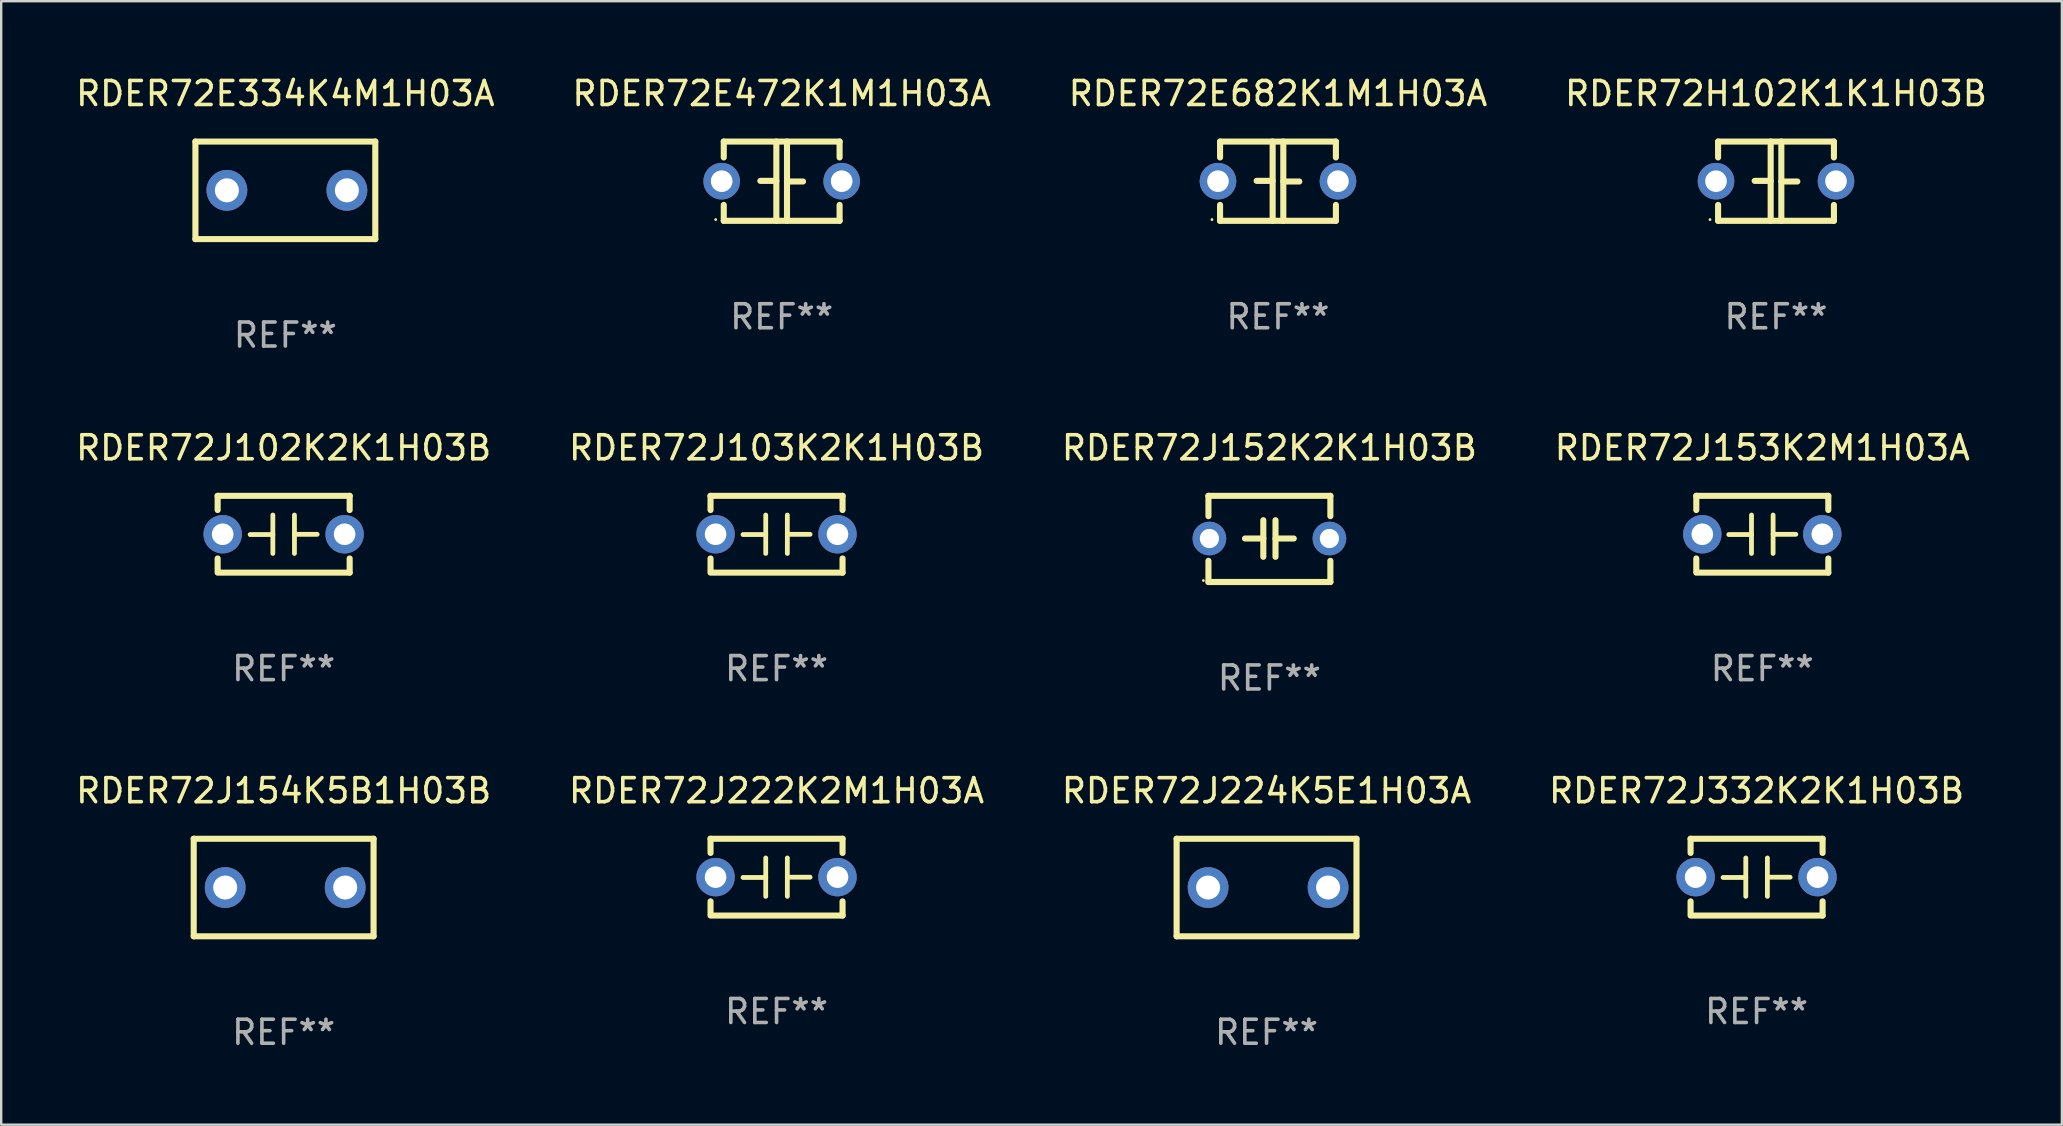
<source format=kicad_pcb>
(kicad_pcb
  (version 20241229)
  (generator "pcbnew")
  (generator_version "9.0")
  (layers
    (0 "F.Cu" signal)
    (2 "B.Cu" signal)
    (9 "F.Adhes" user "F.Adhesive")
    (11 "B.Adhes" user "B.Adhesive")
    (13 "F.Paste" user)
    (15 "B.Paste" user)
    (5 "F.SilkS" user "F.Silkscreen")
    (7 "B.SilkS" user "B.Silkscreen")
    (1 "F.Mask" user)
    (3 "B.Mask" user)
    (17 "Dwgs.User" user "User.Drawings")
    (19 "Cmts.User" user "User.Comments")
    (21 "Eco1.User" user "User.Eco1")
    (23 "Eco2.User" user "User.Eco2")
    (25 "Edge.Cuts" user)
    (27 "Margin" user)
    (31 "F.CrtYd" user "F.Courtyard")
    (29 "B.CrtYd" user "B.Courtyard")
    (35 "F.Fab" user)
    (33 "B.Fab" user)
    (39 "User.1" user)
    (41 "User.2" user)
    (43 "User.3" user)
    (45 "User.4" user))
  (footprint "RDER72E472K1M1H03A"
    (layer "F.Cu")
    (at 29.518 4.499)
    (property "Reference" "RDER72E472K1M1H03A" (at 0 -3.651 0) (layer "F.SilkS") (effects (font (size 1 1) (thickness 0.15))))
    (attr through_hole)
    (fp_line (start -2.413 -1.651) (end 2.413 -1.651) (stroke (width 0.254) (type solid)) (layer "F.SilkS"))
    (fp_line (start -2.413 -0.989) (end -2.413 -1.651) (stroke (width 0.254) (type solid)) (layer "F.SilkS"))
    (fp_line (start -2.413 1.651) (end -2.413 0.989) (stroke (width 0.254) (type solid)) (layer "F.SilkS"))
    (fp_line (start -0.222 -0.013) (end -0.889 -0.013) (stroke (width 0.254) (type solid)) (layer "F.SilkS"))
    (fp_line (start -0.222 1.651) (end -0.222 -1.651) (stroke (width 0.254) (type solid)) (layer "F.SilkS"))
    (fp_line (start 0.222 -1.651) (end 0.222 1.651) (stroke (width 0.254) (type solid)) (layer "F.SilkS"))
    (fp_line (start 0.222 0.013) (end 0.889 0.013) (stroke (width 0.254) (type solid)) (layer "F.SilkS"))
    (fp_line (start 2.413 -1.651) (end 2.413 -0.989) (stroke (width 0.254) (type solid)) (layer "F.SilkS"))
    (fp_line (start 2.413 0.989) (end 2.413 1.651) (stroke (width 0.254) (type solid)) (layer "F.SilkS"))
    (fp_line (start 2.413 1.651) (end -2.413 1.651) (stroke (width 0.254) (type solid)) (layer "F.SilkS"))
    (fp_circle (center -2.75 1.6) (end -2.72 1.6) (stroke (width 0.06) (type solid)) (fill no) (layer "F.SilkS"))
    (fp_text user "REF**" (at 0 5.651 0) (layer "F.Fab") (effects (font (size 1 1) (thickness 0.15))))
    (pad "1" thru_hole circle (at -2.5 0) (size 1.524 1.524) (drill 0.9) (layers "*.Cu" "*.Mask"))
    (pad "2" thru_hole circle (at 2.5 0) (size 1.524 1.524) (drill 0.9) (layers "*.Cu" "*.Mask")))
  (footprint "RDER72E682K1M1H03A"
    (layer "F.Cu")
    (at 50.196 4.499)
    (property "Reference" "RDER72E682K1M1H03A" (at 0 -3.651 0) (layer "F.SilkS") (effects (font (size 1 1) (thickness 0.15))))
    (attr through_hole)
    (fp_line (start -2.413 -1.651) (end 2.413 -1.651) (stroke (width 0.254) (type solid)) (layer "F.SilkS"))
    (fp_line (start -2.413 -0.989) (end -2.413 -1.651) (stroke (width 0.254) (type solid)) (layer "F.SilkS"))
    (fp_line (start -2.413 1.651) (end -2.413 0.989) (stroke (width 0.254) (type solid)) (layer "F.SilkS"))
    (fp_line (start -0.222 -0.013) (end -0.889 -0.013) (stroke (width 0.254) (type solid)) (layer "F.SilkS"))
    (fp_line (start -0.222 1.651) (end -0.222 -1.651) (stroke (width 0.254) (type solid)) (layer "F.SilkS"))
    (fp_line (start 0.222 -1.651) (end 0.222 1.651) (stroke (width 0.254) (type solid)) (layer "F.SilkS"))
    (fp_line (start 0.222 0.013) (end 0.889 0.013) (stroke (width 0.254) (type solid)) (layer "F.SilkS"))
    (fp_line (start 2.413 -1.651) (end 2.413 -0.989) (stroke (width 0.254) (type solid)) (layer "F.SilkS"))
    (fp_line (start 2.413 0.989) (end 2.413 1.651) (stroke (width 0.254) (type solid)) (layer "F.SilkS"))
    (fp_line (start 2.413 1.651) (end -2.413 1.651) (stroke (width 0.254) (type solid)) (layer "F.SilkS"))
    (fp_circle (center -2.75 1.6) (end -2.72 1.6) (stroke (width 0.06) (type solid)) (fill no) (layer "F.SilkS"))
    (fp_text user "REF**" (at 0 5.651 0) (layer "F.Fab") (effects (font (size 1 1) (thickness 0.15))))
    (pad "1" thru_hole circle (at -2.5 0) (size 1.524 1.524) (drill 0.9) (layers "*.Cu" "*.Mask"))
    (pad "2" thru_hole circle (at 2.5 0) (size 1.524 1.524) (drill 0.9) (layers "*.Cu" "*.Mask")))
  (footprint "RDER72J103K2K1H03B"
    (layer "F.Cu")
    (at 29.304 19.209)
    (property "Reference" "RDER72J103K2K1H03B" (at 0 -3.6 0) (layer "F.SilkS") (effects (font (size 1 1) (thickness 0.15))))
    (attr through_hole)
    (fp_line (start -2.75 -1.6) (end -2.75 -1.009) (stroke (width 0.254) (type solid)) (layer "F.SilkS"))
    (fp_line (start -2.75 -1.6) (end 2.75 -1.6) (stroke (width 0.254) (type solid)) (layer "F.SilkS"))
    (fp_line (start -2.75 1.009) (end -2.75 1.524) (stroke (width 0.254) (type solid)) (layer "F.SilkS"))
    (fp_line (start -2.75 1.6) (end 2.75 1.6) (stroke (width 0.254) (type solid)) (layer "F.SilkS"))
    (fp_line (start -0.45 -0.8) (end -0.45 0.8) (stroke (width 0.2) (type solid)) (layer "F.SilkS"))
    (fp_line (start -0.45 0.013) (end -1.397 0.013) (stroke (width 0.2) (type solid)) (layer "F.SilkS"))
    (fp_line (start 0.45 0.003) (end 1.397 0.003) (stroke (width 0.2) (type solid)) (layer "F.SilkS"))
    (fp_line (start 0.45 0.8) (end 0.45 -0.8) (stroke (width 0.2) (type solid)) (layer "F.SilkS"))
    (fp_line (start 2.75 -1.6) (end 2.75 -1.009) (stroke (width 0.254) (type solid)) (layer "F.SilkS"))
    (fp_line (start 2.75 1.009) (end 2.75 1.6) (stroke (width 0.254) (type solid)) (layer "F.SilkS"))
    (fp_circle (center -2.79 1.6) (end -2.76 1.6) (stroke (width 0.06) (type solid)) (fill no) (layer "F.SilkS"))
    (fp_text user "REF**" (at 0 5.6 0) (layer "F.Fab") (effects (font (size 1 1) (thickness 0.15))))
    (pad "1" thru_hole circle (at -2.54 0) (size 1.6 1.6) (drill 0.9) (layers "*.Cu" "*.Mask"))
    (pad "2" thru_hole circle (at 2.54 0) (size 1.6 1.6) (drill 0.9) (layers "*.Cu" "*.Mask")))
  (footprint "RDER72J152K2K1H03B"
    (layer "F.Cu")
    (at 49.839 19.404)
    (property "Reference" "RDER72J152K2K1H03B" (at 0 -3.795 0) (layer "F.SilkS") (effects (font (size 1 1) (thickness 0.15))))
    (attr through_hole)
    (fp_line (start -2.54 -1.795) (end 2.54 -1.795) (stroke (width 0.254) (type solid)) (layer "F.SilkS"))
    (fp_line (start -2.54 -0.948) (end -2.54 -1.795) (stroke (width 0.254) (type solid)) (layer "F.SilkS"))
    (fp_line (start -2.54 1.795) (end -2.54 0.913) (stroke (width 0.254) (type solid)) (layer "F.SilkS"))
    (fp_line (start -1.016 -0.017) (end -0.254 -0.017) (stroke (width 0.254) (type solid)) (layer "F.SilkS"))
    (fp_line (start -0.254 0.745) (end -0.254 -0.779) (stroke (width 0.254) (type solid)) (layer "F.SilkS"))
    (fp_line (start 0.254 -0.779) (end 0.254 0.745) (stroke (width 0.254) (type solid)) (layer "F.SilkS"))
    (fp_line (start 1.016 -0.017) (end 0.254 -0.017) (stroke (width 0.254) (type solid)) (layer "F.SilkS"))
    (fp_line (start 2.54 -1.795) (end 2.54 -0.948) (stroke (width 0.254) (type solid)) (layer "F.SilkS"))
    (fp_line (start 2.54 1.795) (end -2.54 1.795) (stroke (width 0.254) (type solid)) (layer "F.SilkS"))
    (fp_line (start 2.54 1.795) (end 2.54 0.913) (stroke (width 0.254) (type solid)) (layer "F.SilkS"))
    (fp_circle (center -2.75 1.733) (end -2.72 1.733) (stroke (width 0.06) (type solid)) (fill no) (layer "F.SilkS"))
    (fp_text user "REF**" (at 0 5.795 0) (layer "F.Fab") (effects (font (size 1 1) (thickness 0.15))))
    (pad "1" thru_hole circle (at -2.5 -0.017) (size 1.4 1.4) (drill 0.8) (layers "*.Cu" "*.Mask"))
    (pad "2" thru_hole circle (at 2.5 -0.017) (size 1.4 1.4) (drill 0.8) (layers "*.Cu" "*.Mask")))
  (footprint "RDER72J154K5B1H03B"
    (layer "F.Cu")
    (at 8.768 33.928)
    (property "Reference" "RDER72J154K5B1H03B" (at 0 -4.032 0) (layer "F.SilkS") (effects (font (size 1 1) (thickness 0.15))))
    (attr through_hole)
    (fp_line (start -3.747 -2.032) (end -3.747 2.032) (stroke (width 0.254) (type solid)) (layer "F.SilkS"))
    (fp_line (start -3.747 2.032) (end 3.747 2.032) (stroke (width 0.254) (type solid)) (layer "F.SilkS"))
    (fp_line (start 3.747 -2.032) (end -3.747 -2.032) (stroke (width 0.254) (type solid)) (layer "F.SilkS"))
    (fp_line (start 3.747 2.032) (end 3.747 -2.032) (stroke (width 0.254) (type solid)) (layer "F.SilkS"))
    (fp_circle (center -3.687 2) (end -3.657 2) (stroke (width 0.06) (type solid)) (fill no) (layer "F.SilkS"))
    (fp_text user "REF**" (at 0 6.032 0) (layer "F.Fab") (effects (font (size 1 1) (thickness 0.15))))
    (pad "1" thru_hole circle (at -2.436 0) (size 1.7 1.7) (drill 1) (layers "*.Cu" "*.Mask"))
    (pad "2" thru_hole circle (at 2.564 0) (size 1.7 1.7) (drill 1) (layers "*.Cu" "*.Mask")))
  (footprint "RDER72J153K2M1H03A"
    (layer "F.Cu")
    (at 70.375 19.209)
    (property "Reference" "RDER72J153K2M1H03A" (at 0 -3.6 0) (layer "F.SilkS") (effects (font (size 1 1) (thickness 0.15))))
    (attr through_hole)
    (fp_line (start -2.75 -1.6) (end -2.75 -1.009) (stroke (width 0.254) (type solid)) (layer "F.SilkS"))
    (fp_line (start -2.75 -1.6) (end 2.75 -1.6) (stroke (width 0.254) (type solid)) (layer "F.SilkS"))
    (fp_line (start -2.75 1.009) (end -2.75 1.524) (stroke (width 0.254) (type solid)) (layer "F.SilkS"))
    (fp_line (start -2.75 1.6) (end 2.75 1.6) (stroke (width 0.254) (type solid)) (layer "F.SilkS"))
    (fp_line (start -0.45 -0.8) (end -0.45 0.8) (stroke (width 0.2) (type solid)) (layer "F.SilkS"))
    (fp_line (start -0.45 0.013) (end -1.397 0.013) (stroke (width 0.2) (type solid)) (layer "F.SilkS"))
    (fp_line (start 0.45 0.003) (end 1.397 0.003) (stroke (width 0.2) (type solid)) (layer "F.SilkS"))
    (fp_line (start 0.45 0.8) (end 0.45 -0.8) (stroke (width 0.2) (type solid)) (layer "F.SilkS"))
    (fp_line (start 2.75 -1.6) (end 2.75 -1.009) (stroke (width 0.254) (type solid)) (layer "F.SilkS"))
    (fp_line (start 2.75 1.009) (end 2.75 1.6) (stroke (width 0.254) (type solid)) (layer "F.SilkS"))
    (fp_circle (center -2.75 1.6) (end -2.72 1.6) (stroke (width 0.06) (type solid)) (fill no) (layer "F.SilkS"))
    (fp_text user "REF**" (at 0 5.6 0) (layer "F.Fab") (effects (font (size 1 1) (thickness 0.15))))
    (pad "1" thru_hole circle (at -2.5 0) (size 1.6 1.6) (drill 0.9) (layers "*.Cu" "*.Mask"))
    (pad "2" thru_hole circle (at 2.5 0) (size 1.6 1.6) (drill 0.9) (layers "*.Cu" "*.Mask")))
  (footprint "RDER72J224K5E1H03A"
    (layer "F.Cu")
    (at 49.72 33.928)
    (property "Reference" "RDER72J224K5E1H03A" (at 0 -4.032 0) (layer "F.SilkS") (effects (font (size 1 1) (thickness 0.15))))
    (attr through_hole)
    (fp_line (start -3.747 -2.032) (end -3.747 2.032) (stroke (width 0.254) (type solid)) (layer "F.SilkS"))
    (fp_line (start -3.747 2.032) (end 3.747 2.032) (stroke (width 0.254) (type solid)) (layer "F.SilkS"))
    (fp_line (start 3.747 -2.032) (end -3.747 -2.032) (stroke (width 0.254) (type solid)) (layer "F.SilkS"))
    (fp_line (start 3.747 2.032) (end 3.747 -2.032) (stroke (width 0.254) (type solid)) (layer "F.SilkS"))
    (fp_circle (center -3.687 2) (end -3.657 2) (stroke (width 0.06) (type solid)) (fill no) (layer "F.SilkS"))
    (fp_text user "REF**" (at 0 6.032 0) (layer "F.Fab") (effects (font (size 1 1) (thickness 0.15))))
    (pad "1" thru_hole circle (at -2.436 0) (size 1.7 1.7) (drill 1) (layers "*.Cu" "*.Mask"))
    (pad "2" thru_hole circle (at 2.564 0) (size 1.7 1.7) (drill 1) (layers "*.Cu" "*.Mask")))
  (footprint "RDER72J102K2K1H03B"
    (layer "F.Cu")
    (at 8.768 19.209)
    (property "Reference" "RDER72J102K2K1H03B" (at 0 -3.6 0) (layer "F.SilkS") (effects (font (size 1 1) (thickness 0.15))))
    (attr through_hole)
    (fp_line (start -2.75 -1.6) (end -2.75 -1.009) (stroke (width 0.254) (type solid)) (layer "F.SilkS"))
    (fp_line (start -2.75 -1.6) (end 2.75 -1.6) (stroke (width 0.254) (type solid)) (layer "F.SilkS"))
    (fp_line (start -2.75 1.009) (end -2.75 1.524) (stroke (width 0.254) (type solid)) (layer "F.SilkS"))
    (fp_line (start -2.75 1.6) (end 2.75 1.6) (stroke (width 0.254) (type solid)) (layer "F.SilkS"))
    (fp_line (start -0.45 -0.8) (end -0.45 0.8) (stroke (width 0.2) (type solid)) (layer "F.SilkS"))
    (fp_line (start -0.45 0.013) (end -1.397 0.013) (stroke (width 0.2) (type solid)) (layer "F.SilkS"))
    (fp_line (start 0.45 0.003) (end 1.397 0.003) (stroke (width 0.2) (type solid)) (layer "F.SilkS"))
    (fp_line (start 0.45 0.8) (end 0.45 -0.8) (stroke (width 0.2) (type solid)) (layer "F.SilkS"))
    (fp_line (start 2.75 -1.6) (end 2.75 -1.009) (stroke (width 0.254) (type solid)) (layer "F.SilkS"))
    (fp_line (start 2.75 1.009) (end 2.75 1.6) (stroke (width 0.254) (type solid)) (layer "F.SilkS"))
    (fp_circle (center -2.79 1.6) (end -2.76 1.6) (stroke (width 0.06) (type solid)) (fill no) (layer "F.SilkS"))
    (fp_text user "REF**" (at 0 5.6 0) (layer "F.Fab") (effects (font (size 1 1) (thickness 0.15))))
    (pad "1" thru_hole circle (at -2.54 0) (size 1.6 1.6) (drill 0.9) (layers "*.Cu" "*.Mask"))
    (pad "2" thru_hole circle (at 2.54 0) (size 1.6 1.6) (drill 0.9) (layers "*.Cu" "*.Mask")))
  (footprint "RDER72H102K1K1H03B"
    (layer "F.Cu")
    (at 70.946 4.499)
    (property "Reference" "RDER72H102K1K1H03B" (at 0 -3.651 0) (layer "F.SilkS") (effects (font (size 1 1) (thickness 0.15))))
    (attr through_hole)
    (fp_line (start -2.413 -1.651) (end 2.413 -1.651) (stroke (width 0.254) (type solid)) (layer "F.SilkS"))
    (fp_line (start -2.413 -0.989) (end -2.413 -1.651) (stroke (width 0.254) (type solid)) (layer "F.SilkS"))
    (fp_line (start -2.413 1.651) (end -2.413 0.989) (stroke (width 0.254) (type solid)) (layer "F.SilkS"))
    (fp_line (start -0.222 -0.013) (end -0.889 -0.013) (stroke (width 0.254) (type solid)) (layer "F.SilkS"))
    (fp_line (start -0.222 1.651) (end -0.222 -1.651) (stroke (width 0.254) (type solid)) (layer "F.SilkS"))
    (fp_line (start 0.222 -1.651) (end 0.222 1.651) (stroke (width 0.254) (type solid)) (layer "F.SilkS"))
    (fp_line (start 0.222 0.013) (end 0.889 0.013) (stroke (width 0.254) (type solid)) (layer "F.SilkS"))
    (fp_line (start 2.413 -1.651) (end 2.413 -0.989) (stroke (width 0.254) (type solid)) (layer "F.SilkS"))
    (fp_line (start 2.413 0.989) (end 2.413 1.651) (stroke (width 0.254) (type solid)) (layer "F.SilkS"))
    (fp_line (start 2.413 1.651) (end -2.413 1.651) (stroke (width 0.254) (type solid)) (layer "F.SilkS"))
    (fp_circle (center -2.75 1.6) (end -2.72 1.6) (stroke (width 0.06) (type solid)) (fill no) (layer "F.SilkS"))
    (fp_text user "REF**" (at 0 5.651 0) (layer "F.Fab") (effects (font (size 1 1) (thickness 0.15))))
    (pad "1" thru_hole circle (at -2.5 0) (size 1.524 1.524) (drill 0.9) (layers "*.Cu" "*.Mask"))
    (pad "2" thru_hole circle (at 2.5 0) (size 1.524 1.524) (drill 0.9) (layers "*.Cu" "*.Mask")))
  (footprint "RDER72J222K2M1H03A"
    (layer "F.Cu")
    (at 29.304 33.496)
    (property "Reference" "RDER72J222K2M1H03A" (at 0 -3.6 0) (layer "F.SilkS") (effects (font (size 1 1) (thickness 0.15))))
    (attr through_hole)
    (fp_line (start -2.75 -1.6) (end -2.75 -1.009) (stroke (width 0.254) (type solid)) (layer "F.SilkS"))
    (fp_line (start -2.75 -1.6) (end 2.75 -1.6) (stroke (width 0.254) (type solid)) (layer "F.SilkS"))
    (fp_line (start -2.75 1.009) (end -2.75 1.524) (stroke (width 0.254) (type solid)) (layer "F.SilkS"))
    (fp_line (start -2.75 1.6) (end 2.75 1.6) (stroke (width 0.254) (type solid)) (layer "F.SilkS"))
    (fp_line (start -0.45 -0.8) (end -0.45 0.8) (stroke (width 0.2) (type solid)) (layer "F.SilkS"))
    (fp_line (start -0.45 0.013) (end -1.397 0.013) (stroke (width 0.2) (type solid)) (layer "F.SilkS"))
    (fp_line (start 0.45 0.003) (end 1.397 0.003) (stroke (width 0.2) (type solid)) (layer "F.SilkS"))
    (fp_line (start 0.45 0.8) (end 0.45 -0.8) (stroke (width 0.2) (type solid)) (layer "F.SilkS"))
    (fp_line (start 2.75 -1.6) (end 2.75 -1.009) (stroke (width 0.254) (type solid)) (layer "F.SilkS"))
    (fp_line (start 2.75 1.009) (end 2.75 1.6) (stroke (width 0.254) (type solid)) (layer "F.SilkS"))
    (fp_circle (center -2.79 1.6) (end -2.76 1.6) (stroke (width 0.06) (type solid)) (fill no) (layer "F.SilkS"))
    (fp_text user "REF**" (at 0 5.6 0) (layer "F.Fab") (effects (font (size 1 1) (thickness 0.15))))
    (pad "1" thru_hole circle (at -2.54 0) (size 1.6 1.6) (drill 0.9) (layers "*.Cu" "*.Mask"))
    (pad "2" thru_hole circle (at 2.54 0) (size 1.6 1.6) (drill 0.9) (layers "*.Cu" "*.Mask")))
  (footprint "RDER72E334K4M1H03A"
    (layer "F.Cu")
    (at 8.839 4.88)
    (property "Reference" "RDER72E334K4M1H03A" (at 0 -4.032 0) (layer "F.SilkS") (effects (font (size 1 1) (thickness 0.15))))
    (attr through_hole)
    (fp_line (start -3.747 -2.032) (end -3.747 2.032) (stroke (width 0.254) (type solid)) (layer "F.SilkS"))
    (fp_line (start -3.747 2.032) (end 3.747 2.032) (stroke (width 0.254) (type solid)) (layer "F.SilkS"))
    (fp_line (start 3.747 -2.032) (end -3.747 -2.032) (stroke (width 0.254) (type solid)) (layer "F.SilkS"))
    (fp_line (start 3.747 2.032) (end 3.747 -2.032) (stroke (width 0.254) (type solid)) (layer "F.SilkS"))
    (fp_circle (center -3.687 2) (end -3.657 2) (stroke (width 0.06) (type solid)) (fill no) (layer "F.SilkS"))
    (fp_text user "REF**" (at 0 6.032 0) (layer "F.Fab") (effects (font (size 1 1) (thickness 0.15))))
    (pad "1" thru_hole circle (at -2.436 0) (size 1.7 1.7) (drill 1) (layers "*.Cu" "*.Mask"))
    (pad "2" thru_hole circle (at 2.564 0) (size 1.7 1.7) (drill 1) (layers "*.Cu" "*.Mask")))
  (footprint "RDER72J332K2K1H03B"
    (layer "F.Cu")
    (at 70.137 33.496)
    (property "Reference" "RDER72J332K2K1H03B" (at 0 -3.6 0) (layer "F.SilkS") (effects (font (size 1 1) (thickness 0.15))))
    (attr through_hole)
    (fp_line (start -2.75 -1.6) (end -2.75 -1.009) (stroke (width 0.254) (type solid)) (layer "F.SilkS"))
    (fp_line (start -2.75 -1.6) (end 2.75 -1.6) (stroke (width 0.254) (type solid)) (layer "F.SilkS"))
    (fp_line (start -2.75 1.009) (end -2.75 1.524) (stroke (width 0.254) (type solid)) (layer "F.SilkS"))
    (fp_line (start -2.75 1.6) (end 2.75 1.6) (stroke (width 0.254) (type solid)) (layer "F.SilkS"))
    (fp_line (start -0.45 -0.8) (end -0.45 0.8) (stroke (width 0.2) (type solid)) (layer "F.SilkS"))
    (fp_line (start -0.45 0.013) (end -1.397 0.013) (stroke (width 0.2) (type solid)) (layer "F.SilkS"))
    (fp_line (start 0.45 0.003) (end 1.397 0.003) (stroke (width 0.2) (type solid)) (layer "F.SilkS"))
    (fp_line (start 0.45 0.8) (end 0.45 -0.8) (stroke (width 0.2) (type solid)) (layer "F.SilkS"))
    (fp_line (start 2.75 -1.6) (end 2.75 -1.009) (stroke (width 0.254) (type solid)) (layer "F.SilkS"))
    (fp_line (start 2.75 1.009) (end 2.75 1.6) (stroke (width 0.254) (type solid)) (layer "F.SilkS"))
    (fp_circle (center -2.79 1.6) (end -2.76 1.6) (stroke (width 0.06) (type solid)) (fill no) (layer "F.SilkS"))
    (fp_text user "REF**" (at 0 5.6 0) (layer "F.Fab") (effects (font (size 1 1) (thickness 0.15))))
    (pad "1" thru_hole circle (at -2.54 0) (size 1.6 1.6) (drill 0.9) (layers "*.Cu" "*.Mask"))
    (pad "2" thru_hole circle (at 2.54 0) (size 1.6 1.6) (drill 0.9) (layers "*.Cu" "*.Mask")))
  (gr_rect
    (start -3 -3)
    (end 82.857 43.808)
    (stroke (width 0.1) (type default))
    (fill no)
    (layer "Edge.Cuts")))
</source>
